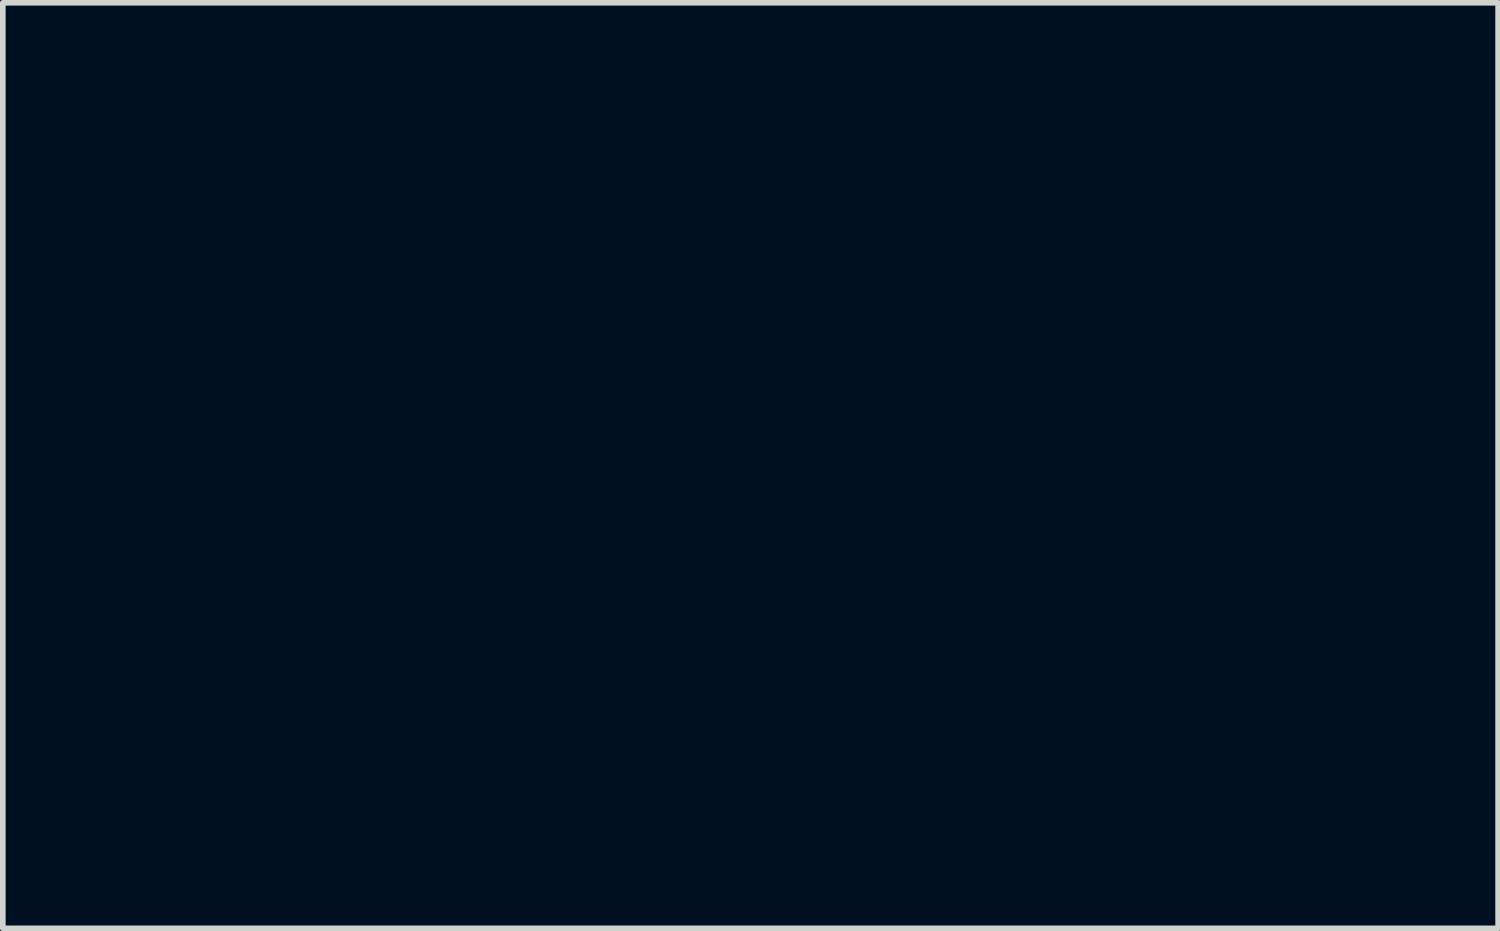
<source format=kicad_pcb>
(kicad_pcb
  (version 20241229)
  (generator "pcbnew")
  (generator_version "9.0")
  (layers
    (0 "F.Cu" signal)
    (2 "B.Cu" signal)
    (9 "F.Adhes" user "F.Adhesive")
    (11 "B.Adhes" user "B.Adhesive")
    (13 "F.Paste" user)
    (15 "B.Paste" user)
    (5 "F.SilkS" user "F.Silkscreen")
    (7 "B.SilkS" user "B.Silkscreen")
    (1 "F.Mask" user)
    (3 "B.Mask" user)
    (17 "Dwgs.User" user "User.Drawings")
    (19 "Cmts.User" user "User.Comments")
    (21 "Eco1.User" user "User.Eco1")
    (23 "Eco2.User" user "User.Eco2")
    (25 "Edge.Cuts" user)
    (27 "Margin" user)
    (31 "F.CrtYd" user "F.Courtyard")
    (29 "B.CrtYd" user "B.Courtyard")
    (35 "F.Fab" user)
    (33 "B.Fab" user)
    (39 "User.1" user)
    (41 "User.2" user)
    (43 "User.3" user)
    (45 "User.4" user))
  (footprint "skin_popn_button"
    (layer "F.Cu")
    (at 10.131 6.572)
    (property "Reference" "skin_popn_button" (at 0 -5.08 0) (layer "F.Mask") (effects (font (size 1.524 1.524) (thickness 0.3))))
    (attr through_hole)
    (fp_poly (pts (xy -7.259 -5.896) (xy -6.881 -5.678) (xy -6.797 -5.63) (xy -6.72 -5.585) (xy -6.65 -5.546) (xy -6.591 -5.512) (xy -6.543 -5.486) (xy -6.51 -5.468) (xy -6.493 -5.46) (xy -6.492 -5.459) (xy -6.48 -5.465) (xy -6.451 -5.48) (xy -6.408 -5.504) (xy -6.351 -5.536) (xy -6.284 -5.574) (xy -6.209 -5.617) (xy -6.127 -5.664) (xy -6.102 -5.678) (xy -5.724 -5.897) (xy -5.724 -6.567) (xy -5.437 -6.567) (xy -5.437 -5.898) (xy -5.065 -5.683) (xy -4.982 -5.635) (xy -4.905 -5.591) (xy -4.836 -5.551) (xy -4.777 -5.516) (xy -4.73 -5.489) (xy -4.698 -5.47) (xy -4.681 -5.461) (xy -4.68 -5.46) (xy -4.668 -5.464) (xy -4.639 -5.478) (xy -4.594 -5.501) (xy -4.536 -5.532) (xy -4.466 -5.57) (xy -4.387 -5.615) (xy -4.301 -5.665) (xy -4.287 -5.672) (xy -3.907 -5.892) (xy -3.905 -6.229) (xy -3.902 -6.567) (xy -3.877 -6.567) (xy -3.858 -6.56) (xy -3.828 -6.537) (xy -3.785 -6.498) (xy -3.728 -6.443) (xy -3.604 -6.319) (xy -3.601 -6.105) (xy -3.598 -5.891) (xy -3.219 -5.672) (xy -2.84 -5.454) (xy -2.808 -5.472) (xy -2.776 -5.49) (xy -2.686 -5.401) (xy -2.596 -5.311) (xy -2.645 -5.285) (xy -2.693 -5.258) (xy -2.696 -4.819) (xy -2.698 -4.381) (xy -2.657 -4.354) (xy -2.629 -4.337) (xy -2.587 -4.312) (xy -2.534 -4.281) (xy -2.472 -4.245) (xy -2.403 -4.205) (xy -2.331 -4.164) (xy -2.258 -4.122) (xy -2.186 -4.081) (xy -2.117 -4.043) (xy -2.056 -4.008) (xy -2.004 -3.979) (xy -1.963 -3.957) (xy -1.936 -3.943) (xy -1.927 -3.939) (xy -1.914 -3.944) (xy -1.885 -3.959) (xy -1.843 -3.982) (xy -1.79 -4.011) (xy -1.73 -4.046) (xy -1.696 -4.065) (xy -1.478 -4.192) (xy -1.392 -4.107) (xy -1.358 -4.072) (xy -1.33 -4.043) (xy -1.312 -4.023) (xy -1.307 -4.016) (xy -1.316 -4.009) (xy -1.342 -3.992) (xy -1.381 -3.968) (xy -1.433 -3.937) (xy -1.493 -3.902) (xy -1.544 -3.872) (xy -1.782 -3.735) (xy -1.782 -2.857) (xy -1.74 -2.831) (xy -1.718 -2.817) (xy -1.68 -2.795) (xy -1.631 -2.766) (xy -1.571 -2.731) (xy -1.505 -2.693) (xy -1.434 -2.652) (xy -1.361 -2.61) (xy -1.289 -2.569) (xy -1.221 -2.529) (xy -1.159 -2.494) (xy -1.105 -2.464) (xy -1.063 -2.44) (xy -1.036 -2.424) (xy -1.025 -2.419) (xy -1.012 -2.422) (xy -0.982 -2.436) (xy -0.938 -2.459) (xy -0.882 -2.489) (xy -0.815 -2.526) (xy -0.741 -2.568) (xy -0.669 -2.609) (xy -0.568 -2.667) (xy -0.485 -2.715) (xy -0.417 -2.754) (xy -0.364 -2.786) (xy -0.322 -2.811) (xy -0.292 -2.83) (xy -0.271 -2.845) (xy -0.257 -2.858) (xy -0.249 -2.868) (xy -0.246 -2.877) (xy -0.245 -2.887) (xy -0.245 -2.898) (xy -0.244 -2.906) (xy -0.241 -2.956) (xy 0.013 -2.701) (xy 0.072 -2.64) (xy 0.125 -2.586) (xy 0.168 -2.54) (xy 0.201 -2.504) (xy 0.223 -2.479) (xy 0.231 -2.467) (xy 0.228 -2.467) (xy 0.204 -2.481) (xy 0.165 -2.503) (xy 0.118 -2.53) (xy 0.068 -2.559) (xy 0.02 -2.586) (xy -0.023 -2.611) (xy -0.057 -2.631) (xy -0.076 -2.642) (xy -0.076 -2.643) (xy -0.083 -2.646) (xy -0.093 -2.646) (xy -0.107 -2.642) (xy -0.128 -2.633) (xy -0.158 -2.619) (xy -0.197 -2.598) (xy -0.248 -2.57) (xy -0.313 -2.533) (xy -0.394 -2.487) (xy -0.479 -2.438) (xy -0.859 -2.219) (xy -0.862 -1.773) (xy -0.864 -1.327) (xy -0.483 -1.108) (xy -0.101 -0.889) (xy 0.11 -1.011) (xy 0.187 -1.054) (xy 0.27 -1.103) (xy 0.354 -1.151) (xy 0.431 -1.196) (xy 0.493 -1.231) (xy 0.665 -1.33) (xy 0.67 -1.685) (xy 0.676 -2.04) (xy 0.816 -1.899) (xy 0.957 -1.758) (xy 0.96 -1.543) (xy 0.963 -1.328) (xy 1.725 -0.888) (xy 1.79 -0.925) (xy 1.879 -0.835) (xy 1.913 -0.799) (xy 1.939 -0.769) (xy 1.954 -0.749) (xy 1.957 -0.74) (xy 1.941 -0.732) (xy 1.915 -0.717) (xy 1.91 -0.714) (xy 1.874 -0.692) (xy 1.876 -0.248) (xy 1.879 0.196) (xy 2.638 0.634) (xy 3.023 0.411) (xy 3.409 0.188) (xy 3.409 0.048) (xy 3.695 0.048) (xy 3.698 0.121) (xy 3.702 0.193) (xy 4.082 0.413) (xy 4.462 0.633) (xy 4.529 0.595) (xy 4.555 0.581) (xy 4.597 0.556) (xy 4.653 0.525) (xy 4.719 0.487) (xy 4.792 0.444) (xy 4.87 0.399) (xy 4.911 0.376) (xy 5.226 0.194) (xy 5.229 0.121) (xy 5.232 0.048) (xy 5.529 0.048) (xy 5.53 0.122) (xy 5.53 0.197) (xy 5.91 0.415) (xy 6.291 0.633) (xy 7.048 0.196) (xy 7.054 0.048) (xy 7.35 0.048) (xy 7.354 0.121) (xy 7.357 0.195) (xy 7.736 0.414) (xy 8.116 0.634) (xy 8.501 0.411) (xy 8.886 0.189) (xy 8.886 0.048) (xy 9.174 0.048) (xy 9.174 0.189) (xy 9.552 0.408) (xy 9.635 0.456) (xy 9.713 0.5) (xy 9.782 0.54) (xy 9.841 0.574) (xy 9.888 0.601) (xy 9.921 0.62) (xy 9.937 0.629) (xy 9.938 0.63) (xy 9.952 0.628) (xy 9.971 0.618) (xy 9.988 0.608) (xy 10.021 0.588) (xy 10.066 0.562) (xy 10.121 0.53) (xy 10.182 0.495) (xy 10.198 0.486) (xy 10.4 0.369) (xy 10.394 0.421) (xy 10.391 0.457) (xy 10.387 0.506) (xy 10.383 0.558) (xy 10.382 0.569) (xy 10.375 0.665) (xy 10.233 0.746) (xy 10.091 0.827) (xy 10.09 1.27) (xy 10.09 1.714) (xy 10.195 1.773) (xy 10.299 1.831) (xy 10.292 1.947) (xy 10.289 1.997) (xy 10.285 2.04) (xy 10.281 2.071) (xy 10.279 2.082) (xy 10.274 2.087) (xy 10.262 2.086) (xy 10.24 2.077) (xy 10.208 2.061) (xy 10.16 2.035) (xy 10.112 2.007) (xy 10.059 1.976) (xy 10.011 1.95) (xy 9.974 1.93) (xy 9.95 1.917) (xy 9.942 1.914) (xy 9.931 1.92) (xy 9.904 1.935) (xy 9.862 1.958) (xy 9.809 1.987) (xy 9.747 2.022) (xy 9.679 2.061) (xy 9.607 2.102) (xy 9.534 2.144) (xy 9.462 2.186) (xy 9.394 2.225) (xy 9.332 2.261) (xy 9.28 2.291) (xy 9.239 2.316) (xy 9.215 2.33) (xy 9.174 2.356) (xy 9.174 2.795) (xy 9.174 3.234) (xy 9.364 3.344) (xy 9.44 3.387) (xy 9.527 3.438) (xy 9.617 3.49) (xy 9.702 3.538) (xy 9.748 3.565) (xy 9.942 3.677) (xy 10.062 3.608) (xy 10.108 3.582) (xy 10.146 3.56) (xy 10.172 3.546) (xy 10.184 3.541) (xy 10.184 3.541) (xy 10.186 3.555) (xy 10.184 3.586) (xy 10.181 3.628) (xy 10.177 3.677) (xy 10.171 3.727) (xy 10.166 3.773) (xy 10.16 3.81) (xy 10.155 3.833) (xy 10.153 3.838) (xy 10.138 3.841) (xy 10.105 3.843) (xy 10.057 3.845) (xy 9.999 3.846) (xy 9.945 3.847) (xy 9.75 3.847) (xy 9.394 3.642) (xy 9.31 3.593) (xy 9.233 3.55) (xy 9.165 3.512) (xy 9.107 3.481) (xy 9.062 3.458) (xy 9.033 3.445) (xy 9.021 3.441) (xy 9.007 3.448) (xy 8.977 3.464) (xy 8.932 3.489) (xy 8.875 3.521) (xy 8.808 3.559) (xy 8.733 3.602) (xy 8.656 3.646) (xy 8.309 3.847) (xy 7.924 3.847) (xy 7.569 3.642) (xy 7.489 3.595) (xy 7.414 3.552) (xy 7.348 3.514) (xy 7.292 3.482) (xy 7.248 3.458) (xy 7.22 3.441) (xy 7.208 3.435) (xy 7.208 3.435) (xy 7.197 3.44) (xy 7.169 3.454) (xy 7.127 3.478) (xy 7.071 3.509) (xy 7.005 3.546) (xy 6.931 3.588) (xy 6.851 3.634) (xy 6.841 3.64) (xy 6.482 3.847) (xy 6.098 3.847) (xy 5.737 3.639) (xy 5.377 3.431) (xy 4.657 3.847) (xy 4.272 3.847) (xy 3.916 3.641) (xy 3.823 3.587) (xy 3.747 3.544) (xy 3.686 3.51) (xy 3.639 3.484) (xy 3.603 3.466) (xy 3.576 3.454) (xy 3.557 3.447) (xy 3.544 3.444) (xy 3.534 3.445) (xy 3.531 3.446) (xy 3.515 3.454) (xy 3.482 3.472) (xy 3.435 3.498) (xy 3.377 3.531) (xy 3.308 3.57) (xy 3.233 3.614) (xy 3.166 3.652) (xy 2.83 3.847) (xy 2.636 3.847) (xy 2.443 3.846) (xy 2.089 3.641) (xy 2.009 3.594) (xy 1.934 3.551) (xy 1.867 3.513) (xy 1.811 3.482) (xy 1.767 3.457) (xy 1.738 3.441) (xy 1.725 3.436) (xy 1.725 3.435) (xy 1.713 3.441) (xy 1.684 3.456) (xy 1.641 3.48) (xy 1.586 3.511) (xy 1.521 3.548) (xy 1.449 3.59) (xy 1.399 3.619) (xy 1.084 3.802) (xy 0.999 3.717) (xy 0.964 3.682) (xy 0.936 3.653) (xy 0.918 3.633) (xy 0.913 3.625) (xy 0.922 3.618) (xy 0.948 3.602) (xy 0.989 3.577) (xy 1.043 3.545) (xy 1.107 3.507) (xy 1.18 3.465) (xy 1.244 3.427) (xy 1.576 3.236) (xy 1.576 2.35) (xy 1.874 2.35) (xy 1.874 3.236) (xy 2.247 3.452) (xy 2.329 3.5) (xy 2.407 3.544) (xy 2.476 3.584) (xy 2.536 3.617) (xy 2.583 3.643) (xy 2.617 3.661) (xy 2.633 3.669) (xy 2.635 3.669) (xy 2.648 3.664) (xy 2.677 3.649) (xy 2.721 3.626) (xy 2.778 3.595) (xy 2.844 3.558) (xy 2.918 3.516) (xy 2.988 3.476) (xy 3.069 3.429) (xy 3.145 3.385) (xy 3.214 3.345) (xy 3.273 3.311) (xy 3.321 3.283) (xy 3.353 3.263) (xy 3.368 3.255) (xy 3.409 3.228) (xy 3.406 2.789) (xy 3.403 2.356) (xy 3.696 2.356) (xy 3.696 2.795) (xy 3.696 3.234) (xy 4.08 3.456) (xy 4.464 3.678) (xy 4.508 3.652) (xy 4.528 3.641) (xy 4.564 3.62) (xy 4.614 3.59) (xy 4.676 3.555) (xy 4.747 3.514) (xy 4.825 3.469) (xy 4.891 3.43) (xy 5.231 3.235) (xy 5.231 2.358) (xy 5.217 2.348) (xy 5.529 2.348) (xy 5.529 3.237) (xy 5.902 3.453) (xy 5.985 3.501) (xy 6.062 3.545) (xy 6.131 3.585) (xy 6.191 3.618) (xy 6.238 3.644) (xy 6.271 3.662) (xy 6.287 3.67) (xy 6.289 3.67) (xy 6.301 3.665) (xy 6.33 3.649) (xy 6.374 3.625) (xy 6.431 3.594) (xy 6.498 3.556) (xy 6.574 3.513) (xy 6.656 3.466) (xy 6.678 3.453) (xy 7.053 3.236) (xy 7.053 2.35) (xy 7.351 2.35) (xy 7.351 3.236) (xy 7.724 3.452) (xy 7.807 3.5) (xy 7.884 3.544) (xy 7.954 3.584) (xy 8.014 3.617) (xy 8.061 3.643) (xy 8.094 3.661) (xy 8.111 3.669) (xy 8.112 3.669) (xy 8.125 3.664) (xy 8.155 3.649) (xy 8.199 3.625) (xy 8.256 3.594) (xy 8.323 3.557) (xy 8.398 3.515) (xy 8.477 3.47) (xy 8.558 3.423) (xy 8.634 3.379) (xy 8.703 3.339) (xy 8.762 3.304) (xy 8.809 3.277) (xy 8.841 3.257) (xy 8.856 3.248) (xy 8.887 3.227) (xy 8.884 2.789) (xy 8.881 2.351) (xy 8.505 2.133) (xy 8.419 2.083) (xy 8.34 2.038) (xy 8.269 1.999) (xy 8.209 1.966) (xy 8.161 1.941) (xy 8.128 1.925) (xy 8.112 1.919) (xy 8.111 1.919) (xy 8.097 1.925) (xy 8.067 1.942) (xy 8.021 1.966) (xy 7.964 1.999) (xy 7.896 2.037) (xy 7.819 2.08) (xy 7.737 2.127) (xy 7.721 2.137) (xy 7.351 2.35) (xy 7.053 2.35) (xy 7.053 2.349) (xy 6.681 2.134) (xy 6.599 2.087) (xy 6.522 2.043) (xy 6.452 2.003) (xy 6.393 1.97) (xy 6.346 1.943) (xy 6.313 1.925) (xy 6.297 1.917) (xy 6.296 1.916) (xy 6.284 1.921) (xy 6.255 1.936) (xy 6.211 1.959) (xy 6.154 1.99) (xy 6.087 2.028) (xy 6.011 2.07) (xy 5.929 2.117) (xy 5.906 2.131) (xy 5.529 2.348) (xy 5.217 2.348) (xy 5.201 2.336) (xy 5.184 2.326) (xy 5.151 2.306) (xy 5.105 2.279) (xy 5.048 2.246) (xy 4.983 2.208) (xy 4.913 2.168) (xy 4.84 2.125) (xy 4.767 2.083) (xy 4.697 2.043) (xy 4.632 2.006) (xy 4.574 1.973) (xy 4.528 1.947) (xy 4.494 1.928) (xy 4.477 1.919) (xy 4.475 1.918) (xy 4.463 1.923) (xy 4.434 1.936) (xy 4.391 1.958) (xy 4.337 1.987) (xy 4.273 2.022) (xy 4.203 2.06) (xy 4.13 2.101) (xy 4.054 2.144) (xy 3.98 2.186) (xy 3.91 2.226) (xy 3.846 2.264) (xy 3.79 2.297) (xy 3.745 2.325) (xy 3.737 2.33) (xy 3.696 2.356) (xy 3.403 2.356) (xy 3.403 2.351) (xy 3.028 2.133) (xy 2.945 2.085) (xy 2.867 2.041) (xy 2.797 2.001) (xy 2.737 1.968) (xy 2.689 1.942) (xy 2.655 1.925) (xy 2.637 1.918) (xy 2.635 1.917) (xy 2.622 1.923) (xy 2.592 1.939) (xy 2.548 1.964) (xy 2.49 1.996) (xy 2.423 2.034) (xy 2.347 2.077) (xy 2.265 2.124) (xy 2.246 2.135) (xy 1.874 2.35) (xy 1.576 2.35) (xy 1.576 2.35) (xy 1.203 2.135) (xy 1.12 2.087) (xy 1.043 2.043) (xy 0.973 2.003) (xy 0.913 1.97) (xy 0.866 1.944) (xy 0.832 1.926) (xy 0.815 1.918) (xy 0.814 1.917) (xy 0.801 1.922) (xy 0.771 1.937) (xy 0.727 1.961) (xy 0.669 1.992) (xy 0.602 2.03) (xy 0.526 2.073) (xy 0.444 2.12) (xy 0.422 2.133) (xy 0.046 2.351) (xy 0.04 2.747) (xy -0.103 2.604) (xy -0.154 2.554) (xy -0.191 2.516) (xy -0.216 2.488) (xy -0.233 2.467) (xy -0.242 2.45) (xy -0.246 2.435) (xy -0.246 2.417) (xy -0.247 2.409) (xy -0.247 2.388) (xy -0.25 2.37) (xy -0.258 2.355) (xy -0.274 2.339) (xy -0.301 2.321) (xy -0.342 2.296) (xy -0.398 2.264) (xy -0.409 2.258) (xy -0.435 2.243) (xy -0.459 2.228) (xy -0.483 2.211) (xy -0.509 2.19) (xy -0.538 2.165) (xy -0.573 2.133) (xy -0.615 2.092) (xy -0.666 2.041) (xy -0.728 1.978) (xy -0.803 1.902) (xy -0.837 1.867) (xy -1.163 1.533) (xy -1.163 1.18) (xy -1.164 0.827) (xy -0.865 0.827) (xy -0.862 1.272) (xy -0.859 1.717) (xy -0.48 1.936) (xy -0.101 2.155) (xy 0.138 2.017) (xy 0.215 1.973) (xy 0.295 1.927) (xy 0.373 1.881) (xy 0.445 1.84) (xy 0.504 1.806) (xy 0.524 1.795) (xy 0.668 1.712) (xy 0.957 1.712) (xy 1.341 1.934) (xy 1.725 2.156) (xy 1.763 2.133) (xy 1.782 2.122) (xy 1.817 2.102) (xy 1.866 2.074) (xy 1.927 2.038) (xy 1.998 1.998) (xy 2.075 1.953) (xy 2.147 1.912) (xy 2.493 1.713) (xy 2.492 1.71) (xy 2.779 1.71) (xy 3.547 2.154) (xy 3.613 2.118) (xy 3.639 2.103) (xy 3.681 2.08) (xy 3.737 2.048) (xy 3.802 2.01) (xy 3.876 1.968) (xy 3.954 1.923) (xy 3.994 1.9) (xy 4.309 1.718) (xy 4.309 1.714) (xy 4.613 1.714) (xy 4.996 1.935) (xy 5.082 1.985) (xy 5.162 2.03) (xy 5.233 2.069) (xy 5.293 2.102) (xy 5.341 2.127) (xy 5.374 2.142) (xy 5.39 2.149) (xy 5.391 2.148) (xy 5.403 2.141) (xy 5.433 2.124) (xy 5.476 2.099) (xy 5.533 2.066) (xy 5.6 2.027) (xy 5.676 1.984) (xy 5.758 1.936) (xy 5.776 1.926) (xy 6.145 1.712) (xy 6.435 1.712) (xy 6.818 1.934) (xy 7.202 2.155) (xy 7.235 2.136) (xy 7.252 2.127) (xy 7.286 2.107) (xy 7.334 2.079) (xy 7.394 2.045) (xy 7.464 2.005) (xy 7.541 1.96) (xy 7.619 1.915) (xy 7.97 1.713) (xy 7.967 1.27) (xy 7.964 0.827) (xy 7.964 0.827) (xy 8.268 0.827) (xy 8.274 1.719) (xy 9.024 2.154) (xy 9.091 2.118) (xy 9.117 2.104) (xy 9.159 2.08) (xy 9.214 2.048) (xy 9.28 2.01) (xy 9.353 1.968) (xy 9.431 1.923) (xy 9.472 1.9) (xy 9.786 1.718) (xy 9.789 1.272) (xy 9.792 0.827) (xy 9.411 0.607) (xy 9.029 0.388) (xy 8.789 0.526) (xy 8.713 0.57) (xy 8.634 0.615) (xy 8.557 0.66) (xy 8.487 0.7) (xy 8.429 0.734) (xy 8.409 0.745) (xy 8.268 0.827) (xy 7.964 0.827) (xy 7.589 0.609) (xy 7.506 0.561) (xy 7.428 0.517) (xy 7.358 0.478) (xy 7.298 0.445) (xy 7.25 0.419) (xy 7.216 0.402) (xy 7.198 0.395) (xy 7.197 0.395) (xy 7.184 0.401) (xy 7.154 0.417) (xy 7.109 0.442) (xy 7.052 0.474) (xy 6.985 0.513) (xy 6.909 0.556) (xy 6.827 0.604) (xy 6.81 0.613) (xy 6.44 0.828) (xy 6.437 1.27) (xy 6.435 1.712) (xy 6.145 1.712) (xy 6.148 1.71) (xy 6.145 1.27) (xy 6.142 0.829) (xy 5.8 0.631) (xy 5.719 0.584) (xy 5.643 0.54) (xy 5.573 0.5) (xy 5.513 0.466) (xy 5.466 0.438) (xy 5.432 0.419) (xy 5.417 0.41) (xy 5.377 0.387) (xy 4.613 0.827) (xy 4.613 1.27) (xy 4.613 1.714) (xy 4.309 1.714) (xy 4.314 0.827) (xy 3.933 0.607) (xy 3.551 0.388) (xy 3.295 0.535) (xy 3.218 0.579) (xy 3.14 0.624) (xy 3.065 0.668) (xy 2.997 0.707) (xy 2.941 0.739) (xy 2.912 0.756) (xy 2.785 0.83) (xy 2.782 1.27) (xy 2.779 1.71) (xy 2.492 1.71) (xy 2.49 1.27) (xy 2.487 0.827) (xy 2.111 0.609) (xy 2.028 0.561) (xy 1.951 0.517) (xy 1.882 0.477) (xy 1.822 0.444) (xy 1.775 0.418) (xy 1.743 0.4) (xy 1.726 0.392) (xy 1.725 0.391) (xy 1.713 0.397) (xy 1.684 0.412) (xy 1.641 0.436) (xy 1.585 0.468) (xy 1.518 0.506) (xy 1.443 0.549) (xy 1.361 0.596) (xy 1.338 0.61) (xy 0.963 0.828) (xy 0.96 1.27) (xy 0.957 1.712) (xy 0.668 1.712) (xy 0.67 1.711) (xy 0.667 1.27) (xy 0.665 0.83) (xy 0.285 0.61) (xy 0.201 0.562) (xy 0.124 0.517) (xy 0.055 0.478) (xy -0.004 0.444) (xy -0.051 0.418) (xy -0.083 0.399) (xy -0.099 0.391) (xy -0.101 0.39) (xy -0.111 0.396) (xy -0.139 0.411) (xy -0.181 0.435) (xy -0.237 0.466) (xy -0.303 0.504) (xy -0.378 0.547) (xy -0.46 0.594) (xy -0.486 0.608) (xy -0.865 0.827) (xy -1.164 0.827) (xy -1.543 0.608) (xy -1.626 0.561) (xy -1.704 0.516) (xy -1.773 0.477) (xy -1.832 0.443) (xy -1.878 0.417) (xy -1.91 0.399) (xy -1.926 0.391) (xy -1.928 0.39) (xy -1.939 0.395) (xy -1.965 0.41) (xy -2.002 0.431) (xy -2.047 0.456) (xy -2.047 0.457) (xy -2.162 0.523) (xy -2.248 0.437) (xy -2.283 0.403) (xy -2.311 0.373) (xy -2.329 0.353) (xy -2.334 0.346) (xy -2.325 0.339) (xy -2.3 0.323) (xy -2.263 0.301) (xy -2.217 0.274) (xy -2.201 0.265) (xy -2.069 0.189) (xy -2.069 -0.689) (xy -2.078 -0.694) (xy -1.776 -0.694) (xy -1.776 0.194) (xy -1.396 0.413) (xy -1.015 0.633) (xy -0.948 0.595) (xy -0.922 0.58) (xy -0.88 0.556) (xy -0.825 0.524) (xy -0.759 0.486) (xy -0.685 0.444) (xy -0.607 0.399) (xy -0.567 0.375) (xy -0.252 0.193) (xy -0.252 -0.69) (xy 0.041 -0.69) (xy 0.041 0.189) (xy 0.424 0.411) (xy 0.508 0.459) (xy 0.587 0.503) (xy 0.657 0.543) (xy 0.717 0.576) (xy 0.765 0.602) (xy 0.799 0.62) (xy 0.817 0.628) (xy 0.819 0.628) (xy 0.831 0.622) (xy 0.86 0.606) (xy 0.903 0.581) (xy 0.959 0.549) (xy 1.026 0.511) (xy 1.101 0.467) (xy 1.183 0.42) (xy 1.2 0.41) (xy 1.57 0.196) (xy 1.57 -0.696) (xy 1.191 -0.916) (xy 0.812 -1.135) (xy 0.041 -0.69) (xy -0.252 -0.69) (xy -0.252 -0.694) (xy -0.379 -0.768) (xy -0.425 -0.795) (xy -0.486 -0.83) (xy -0.557 -0.87) (xy -0.633 -0.915) (xy -0.711 -0.96) (xy -0.761 -0.988) (xy -1.015 -1.134) (xy -1.396 -0.914) (xy -1.776 -0.694) (xy -2.078 -0.694) (xy -2.84 -1.135) (xy -3.147 -0.957) (xy -3.454 -0.78) (xy -3.543 -0.87) (xy -3.577 -0.906) (xy -3.603 -0.935) (xy -3.618 -0.956) (xy -3.62 -0.964) (xy -3.608 -0.971) (xy -3.58 -0.987) (xy -3.537 -1.012) (xy -3.482 -1.044) (xy -3.417 -1.081) (xy -3.345 -1.123) (xy -3.3 -1.149) (xy -2.991 -1.328) (xy -2.988 -1.771) (xy -2.985 -2.211) (xy -2.698 -2.211) (xy -2.693 -1.33) (xy -2.312 -1.11) (xy -2.229 -1.062) (xy -2.151 -1.018) (xy -2.082 -0.978) (xy -2.023 -0.945) (xy -1.977 -0.918) (xy -1.944 -0.9) (xy -1.928 -0.891) (xy -1.927 -0.891) (xy -1.917 -0.896) (xy -1.89 -0.911) (xy -1.847 -0.935) (xy -1.792 -0.966) (xy -1.726 -1.004) (xy -1.651 -1.047) (xy -1.57 -1.094) (xy -1.543 -1.109) (xy -1.164 -1.327) (xy -1.166 -1.773) (xy -1.169 -2.218) (xy -1.548 -2.437) (xy -1.928 -2.657) (xy -1.979 -2.627) (xy -2.001 -2.614) (xy -2.039 -2.592) (xy -2.091 -2.562) (xy -2.155 -2.525) (xy -2.227 -2.484) (xy -2.304 -2.439) (xy -2.365 -2.404) (xy -2.698 -2.211) (xy -2.985 -2.211) (xy -2.985 -2.213) (xy -3.363 -2.431) (xy -3.447 -2.48) (xy -3.524 -2.524) (xy -3.594 -2.564) (xy -3.654 -2.597) (xy -3.701 -2.623) (xy -3.734 -2.641) (xy -3.751 -2.65) (xy -3.753 -2.65) (xy -3.765 -2.645) (xy -3.793 -2.63) (xy -3.837 -2.606) (xy -3.893 -2.574) (xy -3.96 -2.536) (xy -4.036 -2.493) (xy -4.118 -2.446) (xy -4.142 -2.432) (xy -4.52 -2.214) (xy -4.52 -1.848) (xy -4.667 -2) (xy -4.724 -2.061) (xy -4.767 -2.109) (xy -4.796 -2.145) (xy -4.813 -2.171) (xy -4.819 -2.187) (xy -4.825 -2.207) (xy -4.84 -2.225) (xy -4.869 -2.246) (xy -4.894 -2.261) (xy -4.916 -2.275) (xy -4.943 -2.296) (xy -4.977 -2.325) (xy -5.018 -2.362) (xy -5.07 -2.411) (xy -5.132 -2.471) (xy -5.206 -2.544) (xy -5.294 -2.631) (xy -5.345 -2.681) (xy -5.724 -3.061) (xy -5.724 -3.509) (xy -5.435 -3.509) (xy -5.435 -3.417) (xy -5.434 -3.304) (xy -5.434 -3.289) (xy -5.431 -2.852) (xy -5.056 -2.634) (xy -4.972 -2.586) (xy -4.894 -2.541) (xy -4.824 -2.502) (xy -4.764 -2.469) (xy -4.715 -2.444) (xy -4.681 -2.427) (xy -4.663 -2.42) (xy -4.661 -2.42) (xy -4.648 -2.426) (xy -4.617 -2.442) (xy -4.572 -2.467) (xy -4.514 -2.499) (xy -4.446 -2.537) (xy -4.37 -2.581) (xy -4.288 -2.628) (xy -4.272 -2.637) (xy -3.902 -2.851) (xy -3.902 -3.294) (xy -3.902 -3.737) (xy -3.904 -3.738) (xy -3.604 -3.738) (xy -3.604 -2.85) (xy -3.226 -2.633) (xy -3.143 -2.585) (xy -3.065 -2.54) (xy -2.996 -2.501) (xy -2.937 -2.468) (xy -2.89 -2.441) (xy -2.857 -2.424) (xy -2.841 -2.415) (xy -2.84 -2.415) (xy -2.829 -2.42) (xy -2.801 -2.435) (xy -2.758 -2.459) (xy -2.702 -2.491) (xy -2.636 -2.529) (xy -2.561 -2.572) (xy -2.479 -2.619) (xy -2.453 -2.633) (xy -2.074 -2.852) (xy -2.071 -3.29) (xy -2.068 -3.728) (xy -2.11 -3.755) (xy -2.138 -3.772) (xy -2.18 -3.797) (xy -2.233 -3.829) (xy -2.295 -3.865) (xy -2.364 -3.904) (xy -2.436 -3.946) (xy -2.509 -3.988) (xy -2.581 -4.028) (xy -2.65 -4.067) (xy -2.711 -4.101) (xy -2.763 -4.13) (xy -2.804 -4.153) (xy -2.831 -4.166) (xy -2.84 -4.171) (xy -2.852 -4.165) (xy -2.881 -4.15) (xy -2.925 -4.126) (xy -2.982 -4.095) (xy -3.049 -4.057) (xy -3.125 -4.014) (xy -3.206 -3.967) (xy -3.228 -3.954) (xy -3.604 -3.738) (xy -3.904 -3.738) (xy -4.284 -3.957) (xy -4.666 -4.178) (xy -5.038 -3.964) (xy -5.121 -3.916) (xy -5.198 -3.871) (xy -5.267 -3.83) (xy -5.326 -3.796) (xy -5.373 -3.768) (xy -5.406 -3.748) (xy -5.422 -3.738) (xy -5.423 -3.737) (xy -5.427 -3.73) (xy -5.43 -3.712) (xy -5.432 -3.683) (xy -5.434 -3.641) (xy -5.435 -3.583) (xy -5.435 -3.509) (xy -5.724 -3.509) (xy -5.724 -3.735) (xy -5.87 -3.819) (xy -5.924 -3.85) (xy -5.991 -3.889) (xy -6.068 -3.933) (xy -6.147 -3.979) (xy -6.226 -4.024) (xy -6.255 -4.041) (xy -6.494 -4.179) (xy -6.592 -4.12) (xy -6.634 -4.095) (xy -6.669 -4.076) (xy -6.694 -4.064) (xy -6.702 -4.061) (xy -6.714 -4.068) (xy -6.737 -4.088) (xy -6.769 -4.117) (xy -6.799 -4.146) (xy -6.884 -4.233) (xy -6.763 -4.302) (xy -6.641 -4.372) (xy -6.641 -5.259) (xy -6.642 -5.259) (xy -6.343 -5.259) (xy -6.343 -4.372) (xy -5.97 -4.156) (xy -5.887 -4.108) (xy -5.809 -4.064) (xy -5.74 -4.025) (xy -5.68 -3.991) (xy -5.632 -3.965) (xy -5.599 -3.948) (xy -5.582 -3.94) (xy -5.581 -3.94) (xy -5.568 -3.945) (xy -5.538 -3.96) (xy -5.493 -3.984) (xy -5.436 -4.016) (xy -5.368 -4.054) (xy -5.293 -4.097) (xy -5.211 -4.144) (xy -5.194 -4.154) (xy -4.824 -4.368) (xy -4.821 -4.814) (xy -4.818 -5.253) (xy -4.52 -5.253) (xy -4.52 -4.375) (xy -4.137 -4.153) (xy -3.753 -3.931) (xy -3.516 -4.069) (xy -3.439 -4.113) (xy -3.359 -4.159) (xy -3.281 -4.204) (xy -3.21 -4.245) (xy -3.15 -4.28) (xy -3.132 -4.29) (xy -2.985 -4.374) (xy -2.985 -5.253) (xy -3.027 -5.279) (xy -3.075 -5.308) (xy -3.134 -5.344) (xy -3.201 -5.383) (xy -3.274 -5.425) (xy -3.349 -5.468) (xy -3.426 -5.511) (xy -3.5 -5.552) (xy -3.569 -5.591) (xy -3.632 -5.625) (xy -3.686 -5.653) (xy -3.727 -5.675) (xy -3.754 -5.687) (xy -3.764 -5.691) (xy -3.778 -5.684) (xy -3.808 -5.667) (xy -3.851 -5.642) (xy -3.906 -5.611) (xy -3.969 -5.575) (xy -4.038 -5.536) (xy -4.111 -5.494) (xy -4.183 -5.452) (xy -4.254 -5.412) (xy -4.319 -5.374) (xy -4.377 -5.34) (xy -4.425 -5.312) (xy -4.46 -5.291) (xy -4.479 -5.279) (xy -4.52 -5.253) (xy -4.818 -5.253) (xy -4.818 -5.261) (xy -5.196 -5.478) (xy -5.279 -5.526) (xy -5.357 -5.57) (xy -5.426 -5.609) (xy -5.486 -5.642) (xy -5.534 -5.667) (xy -5.567 -5.685) (xy -5.584 -5.692) (xy -5.586 -5.692) (xy -5.598 -5.686) (xy -5.627 -5.67) (xy -5.671 -5.646) (xy -5.727 -5.614) (xy -5.794 -5.576) (xy -5.87 -5.532) (xy -5.951 -5.485) (xy -5.97 -5.474) (xy -6.343 -5.259) (xy -6.642 -5.259) (xy -7.008 -5.471) (xy -7.091 -5.518) (xy -7.168 -5.562) (xy -7.237 -5.602) (xy -7.296 -5.636) (xy -7.344 -5.662) (xy -7.377 -5.68) (xy -7.393 -5.689) (xy -7.394 -5.689) (xy -7.41 -5.686) (xy -7.444 -5.671) (xy -7.497 -5.644) (xy -7.567 -5.606) (xy -7.655 -5.556) (xy -7.7 -5.53) (xy -7.772 -5.488) (xy -7.838 -5.45) (xy -7.896 -5.417) (xy -7.943 -5.391) (xy -7.976 -5.373) (xy -7.994 -5.364) (xy -7.996 -5.363) (xy -8.007 -5.371) (xy -8.03 -5.391) (xy -8.061 -5.42) (xy -8.091 -5.449) (xy -8.176 -5.536) (xy -7.563 -5.889) (xy -7.56 -6.228) (xy -7.557 -6.567) (xy -7.259 -6.567) (xy -7.259 -5.896)) (stroke (width 0.01) (type solid)) (fill yes) (layer "F.Mask"))
    (fp_poly (pts (xy -7.259 -5.896) (xy -6.881 -5.678) (xy -6.797 -5.63) (xy -6.72 -5.585) (xy -6.65 -5.546) (xy -6.591 -5.512) (xy -6.543 -5.486) (xy -6.51 -5.468) (xy -6.493 -5.46) (xy -6.492 -5.459) (xy -6.48 -5.465) (xy -6.451 -5.48) (xy -6.408 -5.504) (xy -6.351 -5.536) (xy -6.284 -5.574) (xy -6.209 -5.617) (xy -6.127 -5.664) (xy -6.102 -5.678) (xy -5.724 -5.897) (xy -5.724 -6.567) (xy -5.437 -6.567) (xy -5.437 -5.898) (xy -5.065 -5.683) (xy -4.982 -5.635) (xy -4.905 -5.591) (xy -4.836 -5.551) (xy -4.777 -5.516) (xy -4.73 -5.489) (xy -4.698 -5.47) (xy -4.681 -5.461) (xy -4.68 -5.46) (xy -4.668 -5.464) (xy -4.639 -5.478) (xy -4.594 -5.501) (xy -4.536 -5.532) (xy -4.466 -5.57) (xy -4.387 -5.615) (xy -4.301 -5.665) (xy -4.287 -5.672) (xy -3.907 -5.892) (xy -3.905 -6.229) (xy -3.902 -6.567) (xy -3.877 -6.567) (xy -3.858 -6.56) (xy -3.828 -6.537) (xy -3.785 -6.498) (xy -3.728 -6.443) (xy -3.604 -6.319) (xy -3.601 -6.105) (xy -3.598 -5.891) (xy -3.219 -5.672) (xy -2.84 -5.454) (xy -2.808 -5.472) (xy -2.776 -5.49) (xy -2.686 -5.401) (xy -2.596 -5.311) (xy -2.645 -5.285) (xy -2.693 -5.258) (xy -2.696 -4.819) (xy -2.698 -4.381) (xy -2.657 -4.354) (xy -2.629 -4.337) (xy -2.587 -4.312) (xy -2.534 -4.281) (xy -2.472 -4.245) (xy -2.403 -4.205) (xy -2.331 -4.164) (xy -2.258 -4.122) (xy -2.186 -4.081) (xy -2.117 -4.043) (xy -2.056 -4.008) (xy -2.004 -3.979) (xy -1.963 -3.957) (xy -1.936 -3.943) (xy -1.927 -3.939) (xy -1.914 -3.944) (xy -1.885 -3.959) (xy -1.843 -3.982) (xy -1.79 -4.011) (xy -1.73 -4.046) (xy -1.696 -4.065) (xy -1.478 -4.192) (xy -1.392 -4.107) (xy -1.358 -4.072) (xy -1.33 -4.043) (xy -1.312 -4.023) (xy -1.307 -4.016) (xy -1.316 -4.009) (xy -1.342 -3.992) (xy -1.381 -3.968) (xy -1.433 -3.937) (xy -1.493 -3.902) (xy -1.544 -3.872) (xy -1.782 -3.735) (xy -1.782 -2.857) (xy -1.74 -2.831) (xy -1.718 -2.817) (xy -1.68 -2.795) (xy -1.631 -2.766) (xy -1.571 -2.731) (xy -1.505 -2.693) (xy -1.434 -2.652) (xy -1.361 -2.61) (xy -1.289 -2.569) (xy -1.221 -2.529) (xy -1.159 -2.494) (xy -1.105 -2.464) (xy -1.063 -2.44) (xy -1.036 -2.424) (xy -1.025 -2.419) (xy -1.012 -2.422) (xy -0.982 -2.436) (xy -0.938 -2.459) (xy -0.882 -2.489) (xy -0.815 -2.526) (xy -0.741 -2.568) (xy -0.669 -2.609) (xy -0.568 -2.667) (xy -0.485 -2.715) (xy -0.417 -2.754) (xy -0.364 -2.786) (xy -0.322 -2.811) (xy -0.292 -2.83) (xy -0.271 -2.845) (xy -0.257 -2.858) (xy -0.249 -2.868) (xy -0.246 -2.877) (xy -0.245 -2.887) (xy -0.245 -2.898) (xy -0.244 -2.906) (xy -0.241 -2.956) (xy 0.013 -2.701) (xy 0.072 -2.64) (xy 0.125 -2.586) (xy 0.168 -2.54) (xy 0.201 -2.504) (xy 0.223 -2.479) (xy 0.231 -2.467) (xy 0.228 -2.467) (xy 0.204 -2.481) (xy 0.165 -2.503) (xy 0.118 -2.53) (xy 0.068 -2.559) (xy 0.02 -2.586) (xy -0.023 -2.611) (xy -0.057 -2.631) (xy -0.076 -2.642) (xy -0.076 -2.643) (xy -0.083 -2.646) (xy -0.093 -2.646) (xy -0.107 -2.642) (xy -0.128 -2.633) (xy -0.158 -2.619) (xy -0.197 -2.598) (xy -0.248 -2.57) (xy -0.313 -2.533) (xy -0.394 -2.487) (xy -0.479 -2.438) (xy -0.859 -2.219) (xy -0.862 -1.773) (xy -0.864 -1.327) (xy -0.483 -1.108) (xy -0.101 -0.889) (xy 0.11 -1.011) (xy 0.187 -1.054) (xy 0.27 -1.103) (xy 0.354 -1.151) (xy 0.431 -1.196) (xy 0.493 -1.231) (xy 0.665 -1.33) (xy 0.67 -1.685) (xy 0.676 -2.04) (xy 0.816 -1.899) (xy 0.957 -1.758) (xy 0.96 -1.543) (xy 0.963 -1.328) (xy 1.725 -0.888) (xy 1.79 -0.925) (xy 1.879 -0.835) (xy 1.913 -0.799) (xy 1.939 -0.769) (xy 1.954 -0.749) (xy 1.957 -0.74) (xy 1.941 -0.732) (xy 1.915 -0.717) (xy 1.91 -0.714) (xy 1.874 -0.692) (xy 1.876 -0.248) (xy 1.879 0.196) (xy 2.638 0.634) (xy 3.023 0.411) (xy 3.409 0.188) (xy 3.409 0.048) (xy 3.695 0.048) (xy 3.698 0.121) (xy 3.702 0.193) (xy 4.082 0.413) (xy 4.462 0.633) (xy 4.529 0.595) (xy 4.555 0.581) (xy 4.597 0.556) (xy 4.653 0.525) (xy 4.719 0.487) (xy 4.792 0.444) (xy 4.87 0.399) (xy 4.911 0.376) (xy 5.226 0.194) (xy 5.229 0.121) (xy 5.232 0.048) (xy 5.529 0.048) (xy 5.53 0.122) (xy 5.53 0.197) (xy 5.91 0.415) (xy 6.291 0.633) (xy 7.048 0.196) (xy 7.054 0.048) (xy 7.35 0.048) (xy 7.354 0.121) (xy 7.357 0.195) (xy 7.736 0.414) (xy 8.116 0.634) (xy 8.501 0.411) (xy 8.886 0.189) (xy 8.886 0.048) (xy 9.174 0.048) (xy 9.174 0.189) (xy 9.552 0.408) (xy 9.635 0.456) (xy 9.713 0.5) (xy 9.782 0.54) (xy 9.841 0.574) (xy 9.888 0.601) (xy 9.921 0.62) (xy 9.937 0.629) (xy 9.938 0.63) (xy 9.952 0.628) (xy 9.971 0.618) (xy 9.988 0.608) (xy 10.021 0.588) (xy 10.066 0.562) (xy 10.121 0.53) (xy 10.182 0.495) (xy 10.198 0.486) (xy 10.4 0.369) (xy 10.394 0.421) (xy 10.391 0.457) (xy 10.387 0.506) (xy 10.383 0.558) (xy 10.382 0.569) (xy 10.375 0.665) (xy 10.233 0.746) (xy 10.091 0.827) (xy 10.09 1.27) (xy 10.09 1.714) (xy 10.195 1.773) (xy 10.299 1.831) (xy 10.292 1.947) (xy 10.289 1.997) (xy 10.285 2.04) (xy 10.281 2.071) (xy 10.279 2.082) (xy 10.274 2.087) (xy 10.262 2.086) (xy 10.24 2.077) (xy 10.208 2.061) (xy 10.16 2.035) (xy 10.112 2.007) (xy 10.059 1.976) (xy 10.011 1.95) (xy 9.974 1.93) (xy 9.95 1.917) (xy 9.942 1.914) (xy 9.931 1.92) (xy 9.904 1.935) (xy 9.862 1.958) (xy 9.809 1.987) (xy 9.747 2.022) (xy 9.679 2.061) (xy 9.607 2.102) (xy 9.534 2.144) (xy 9.462 2.186) (xy 9.394 2.225) (xy 9.332 2.261) (xy 9.28 2.291) (xy 9.239 2.316) (xy 9.215 2.33) (xy 9.174 2.356) (xy 9.174 2.795) (xy 9.174 3.234) (xy 9.364 3.344) (xy 9.44 3.387) (xy 9.527 3.438) (xy 9.617 3.49) (xy 9.702 3.538) (xy 9.748 3.565) (xy 9.942 3.677) (xy 10.062 3.608) (xy 10.108 3.582) (xy 10.146 3.56) (xy 10.172 3.546) (xy 10.184 3.541) (xy 10.184 3.541) (xy 10.186 3.555) (xy 10.184 3.586) (xy 10.181 3.628) (xy 10.177 3.677) (xy 10.171 3.727) (xy 10.166 3.773) (xy 10.16 3.81) (xy 10.155 3.833) (xy 10.153 3.838) (xy 10.138 3.841) (xy 10.105 3.843) (xy 10.057 3.845) (xy 9.999 3.846) (xy 9.945 3.847) (xy 9.75 3.847) (xy 9.394 3.642) (xy 9.31 3.593) (xy 9.233 3.55) (xy 9.165 3.512) (xy 9.107 3.481) (xy 9.062 3.458) (xy 9.033 3.445) (xy 9.021 3.441) (xy 9.007 3.448) (xy 8.977 3.464) (xy 8.932 3.489) (xy 8.875 3.521) (xy 8.808 3.559) (xy 8.733 3.602) (xy 8.656 3.646) (xy 8.309 3.847) (xy 7.924 3.847) (xy 7.569 3.642) (xy 7.489 3.595) (xy 7.414 3.552) (xy 7.348 3.514) (xy 7.292 3.482) (xy 7.248 3.458) (xy 7.22 3.441) (xy 7.208 3.435) (xy 7.208 3.435) (xy 7.197 3.44) (xy 7.169 3.454) (xy 7.127 3.478) (xy 7.071 3.509) (xy 7.005 3.546) (xy 6.931 3.588) (xy 6.851 3.634) (xy 6.841 3.64) (xy 6.482 3.847) (xy 6.098 3.847) (xy 5.737 3.639) (xy 5.377 3.431) (xy 4.657 3.847) (xy 4.272 3.847) (xy 3.916 3.641) (xy 3.823 3.587) (xy 3.747 3.544) (xy 3.686 3.51) (xy 3.639 3.484) (xy 3.603 3.466) (xy 3.576 3.454) (xy 3.557 3.447) (xy 3.544 3.444) (xy 3.534 3.445) (xy 3.531 3.446) (xy 3.515 3.454) (xy 3.482 3.472) (xy 3.435 3.498) (xy 3.377 3.531) (xy 3.308 3.57) (xy 3.233 3.614) (xy 3.166 3.652) (xy 2.83 3.847) (xy 2.636 3.847) (xy 2.443 3.846) (xy 2.089 3.641) (xy 2.009 3.594) (xy 1.934 3.551) (xy 1.867 3.513) (xy 1.811 3.482) (xy 1.767 3.457) (xy 1.738 3.441) (xy 1.725 3.436) (xy 1.725 3.435) (xy 1.713 3.441) (xy 1.684 3.456) (xy 1.641 3.48) (xy 1.586 3.511) (xy 1.521 3.548) (xy 1.449 3.59) (xy 1.399 3.619) (xy 1.084 3.802) (xy 0.999 3.717) (xy 0.964 3.682) (xy 0.936 3.653) (xy 0.918 3.633) (xy 0.913 3.625) (xy 0.922 3.618) (xy 0.948 3.602) (xy 0.989 3.577) (xy 1.043 3.545) (xy 1.107 3.507) (xy 1.18 3.465) (xy 1.244 3.427) (xy 1.576 3.236) (xy 1.576 2.35) (xy 1.874 2.35) (xy 1.874 3.236) (xy 2.247 3.452) (xy 2.329 3.5) (xy 2.407 3.544) (xy 2.476 3.584) (xy 2.536 3.617) (xy 2.583 3.643) (xy 2.617 3.661) (xy 2.633 3.669) (xy 2.635 3.669) (xy 2.648 3.664) (xy 2.677 3.649) (xy 2.721 3.626) (xy 2.778 3.595) (xy 2.844 3.558) (xy 2.918 3.516) (xy 2.988 3.476) (xy 3.069 3.429) (xy 3.145 3.385) (xy 3.214 3.345) (xy 3.273 3.311) (xy 3.321 3.283) (xy 3.353 3.263) (xy 3.368 3.255) (xy 3.409 3.228) (xy 3.406 2.789) (xy 3.403 2.356) (xy 3.696 2.356) (xy 3.696 2.795) (xy 3.696 3.234) (xy 4.08 3.456) (xy 4.464 3.678) (xy 4.508 3.652) (xy 4.528 3.641) (xy 4.564 3.62) (xy 4.614 3.59) (xy 4.676 3.555) (xy 4.747 3.514) (xy 4.825 3.469) (xy 4.891 3.43) (xy 5.231 3.235) (xy 5.231 2.358) (xy 5.217 2.348) (xy 5.529 2.348) (xy 5.529 3.237) (xy 5.902 3.453) (xy 5.985 3.501) (xy 6.062 3.545) (xy 6.131 3.585) (xy 6.191 3.618) (xy 6.238 3.644) (xy 6.271 3.662) (xy 6.287 3.67) (xy 6.289 3.67) (xy 6.301 3.665) (xy 6.33 3.649) (xy 6.374 3.625) (xy 6.431 3.594) (xy 6.498 3.556) (xy 6.574 3.513) (xy 6.656 3.466) (xy 6.678 3.453) (xy 7.053 3.236) (xy 7.053 2.35) (xy 7.351 2.35) (xy 7.351 3.236) (xy 7.724 3.452) (xy 7.807 3.5) (xy 7.884 3.544) (xy 7.954 3.584) (xy 8.014 3.617) (xy 8.061 3.643) (xy 8.094 3.661) (xy 8.111 3.669) (xy 8.112 3.669) (xy 8.125 3.664) (xy 8.155 3.649) (xy 8.199 3.625) (xy 8.256 3.594) (xy 8.323 3.557) (xy 8.398 3.515) (xy 8.477 3.47) (xy 8.558 3.423) (xy 8.634 3.379) (xy 8.703 3.339) (xy 8.762 3.304) (xy 8.809 3.277) (xy 8.841 3.257) (xy 8.856 3.248) (xy 8.887 3.227) (xy 8.884 2.789) (xy 8.881 2.351) (xy 8.505 2.133) (xy 8.419 2.083) (xy 8.34 2.038) (xy 8.269 1.999) (xy 8.209 1.966) (xy 8.161 1.941) (xy 8.128 1.925) (xy 8.112 1.919) (xy 8.111 1.919) (xy 8.097 1.925) (xy 8.067 1.942) (xy 8.021 1.966) (xy 7.964 1.999) (xy 7.896 2.037) (xy 7.819 2.08) (xy 7.737 2.127) (xy 7.721 2.137) (xy 7.351 2.35) (xy 7.053 2.35) (xy 7.053 2.349) (xy 6.681 2.134) (xy 6.599 2.087) (xy 6.522 2.043) (xy 6.452 2.003) (xy 6.393 1.97) (xy 6.346 1.943) (xy 6.313 1.925) (xy 6.297 1.917) (xy 6.296 1.916) (xy 6.284 1.921) (xy 6.255 1.936) (xy 6.211 1.959) (xy 6.154 1.99) (xy 6.087 2.028) (xy 6.011 2.07) (xy 5.929 2.117) (xy 5.906 2.131) (xy 5.529 2.348) (xy 5.217 2.348) (xy 5.201 2.336) (xy 5.184 2.326) (xy 5.151 2.306) (xy 5.105 2.279) (xy 5.048 2.246) (xy 4.983 2.208) (xy 4.913 2.168) (xy 4.84 2.125) (xy 4.767 2.083) (xy 4.697 2.043) (xy 4.632 2.006) (xy 4.574 1.973) (xy 4.528 1.947) (xy 4.494 1.928) (xy 4.477 1.919) (xy 4.475 1.918) (xy 4.463 1.923) (xy 4.434 1.936) (xy 4.391 1.958) (xy 4.337 1.987) (xy 4.273 2.022) (xy 4.203 2.06) (xy 4.13 2.101) (xy 4.054 2.144) (xy 3.98 2.186) (xy 3.91 2.226) (xy 3.846 2.264) (xy 3.79 2.297) (xy 3.745 2.325) (xy 3.737 2.33) (xy 3.696 2.356) (xy 3.403 2.356) (xy 3.403 2.351) (xy 3.028 2.133) (xy 2.945 2.085) (xy 2.867 2.041) (xy 2.797 2.001) (xy 2.737 1.968) (xy 2.689 1.942) (xy 2.655 1.925) (xy 2.637 1.918) (xy 2.635 1.917) (xy 2.622 1.923) (xy 2.592 1.939) (xy 2.548 1.964) (xy 2.49 1.996) (xy 2.423 2.034) (xy 2.347 2.077) (xy 2.265 2.124) (xy 2.246 2.135) (xy 1.874 2.35) (xy 1.576 2.35) (xy 1.576 2.35) (xy 1.203 2.135) (xy 1.12 2.087) (xy 1.043 2.043) (xy 0.973 2.003) (xy 0.913 1.97) (xy 0.866 1.944) (xy 0.832 1.926) (xy 0.815 1.918) (xy 0.814 1.917) (xy 0.801 1.922) (xy 0.771 1.937) (xy 0.727 1.961) (xy 0.669 1.992) (xy 0.602 2.03) (xy 0.526 2.073) (xy 0.444 2.12) (xy 0.422 2.133) (xy 0.046 2.351) (xy 0.04 2.747) (xy -0.103 2.604) (xy -0.154 2.554) (xy -0.191 2.516) (xy -0.216 2.488) (xy -0.233 2.467) (xy -0.242 2.45) (xy -0.246 2.435) (xy -0.246 2.417) (xy -0.247 2.409) (xy -0.247 2.388) (xy -0.25 2.37) (xy -0.258 2.355) (xy -0.274 2.339) (xy -0.301 2.321) (xy -0.342 2.296) (xy -0.398 2.264) (xy -0.409 2.258) (xy -0.435 2.243) (xy -0.459 2.228) (xy -0.483 2.211) (xy -0.509 2.19) (xy -0.538 2.165) (xy -0.573 2.133) (xy -0.615 2.092) (xy -0.666 2.041) (xy -0.728 1.978) (xy -0.803 1.902) (xy -0.837 1.867) (xy -1.163 1.533) (xy -1.163 1.18) (xy -1.164 0.827) (xy -0.865 0.827) (xy -0.862 1.272) (xy -0.859 1.717) (xy -0.48 1.936) (xy -0.101 2.155) (xy 0.138 2.017) (xy 0.215 1.973) (xy 0.295 1.927) (xy 0.373 1.881) (xy 0.445 1.84) (xy 0.504 1.806) (xy 0.524 1.795) (xy 0.668 1.712) (xy 0.957 1.712) (xy 1.341 1.934) (xy 1.725 2.156) (xy 1.763 2.133) (xy 1.782 2.122) (xy 1.817 2.102) (xy 1.866 2.074) (xy 1.927 2.038) (xy 1.998 1.998) (xy 2.075 1.953) (xy 2.147 1.912) (xy 2.493 1.713) (xy 2.492 1.71) (xy 2.779 1.71) (xy 3.547 2.154) (xy 3.613 2.118) (xy 3.639 2.103) (xy 3.681 2.08) (xy 3.737 2.048) (xy 3.802 2.01) (xy 3.876 1.968) (xy 3.954 1.923) (xy 3.994 1.9) (xy 4.309 1.718) (xy 4.309 1.714) (xy 4.613 1.714) (xy 4.996 1.935) (xy 5.082 1.985) (xy 5.162 2.03) (xy 5.233 2.069) (xy 5.293 2.102) (xy 5.341 2.127) (xy 5.374 2.142) (xy 5.39 2.149) (xy 5.391 2.148) (xy 5.403 2.141) (xy 5.433 2.124) (xy 5.476 2.099) (xy 5.533 2.066) (xy 5.6 2.027) (xy 5.676 1.984) (xy 5.758 1.936) (xy 5.776 1.926) (xy 6.145 1.712) (xy 6.435 1.712) (xy 6.818 1.934) (xy 7.202 2.155) (xy 7.235 2.136) (xy 7.252 2.127) (xy 7.286 2.107) (xy 7.334 2.079) (xy 7.394 2.045) (xy 7.464 2.005) (xy 7.541 1.96) (xy 7.619 1.915) (xy 7.97 1.713) (xy 7.967 1.27) (xy 7.964 0.827) (xy 7.964 0.827) (xy 8.268 0.827) (xy 8.274 1.719) (xy 9.024 2.154) (xy 9.091 2.118) (xy 9.117 2.104) (xy 9.159 2.08) (xy 9.214 2.048) (xy 9.28 2.01) (xy 9.353 1.968) (xy 9.431 1.923) (xy 9.472 1.9) (xy 9.786 1.718) (xy 9.789 1.272) (xy 9.792 0.827) (xy 9.411 0.607) (xy 9.029 0.388) (xy 8.789 0.526) (xy 8.713 0.57) (xy 8.634 0.615) (xy 8.557 0.66) (xy 8.487 0.7) (xy 8.429 0.734) (xy 8.409 0.745) (xy 8.268 0.827) (xy 7.964 0.827) (xy 7.589 0.609) (xy 7.506 0.561) (xy 7.428 0.517) (xy 7.358 0.478) (xy 7.298 0.445) (xy 7.25 0.419) (xy 7.216 0.402) (xy 7.198 0.395) (xy 7.197 0.395) (xy 7.184 0.401) (xy 7.154 0.417) (xy 7.109 0.442) (xy 7.052 0.474) (xy 6.985 0.513) (xy 6.909 0.556) (xy 6.827 0.604) (xy 6.81 0.613) (xy 6.44 0.828) (xy 6.437 1.27) (xy 6.435 1.712) (xy 6.145 1.712) (xy 6.148 1.71) (xy 6.145 1.27) (xy 6.142 0.829) (xy 5.8 0.631) (xy 5.719 0.584) (xy 5.643 0.54) (xy 5.573 0.5) (xy 5.513 0.466) (xy 5.466 0.438) (xy 5.432 0.419) (xy 5.417 0.41) (xy 5.377 0.387) (xy 4.613 0.827) (xy 4.613 1.27) (xy 4.613 1.714) (xy 4.309 1.714) (xy 4.314 0.827) (xy 3.933 0.607) (xy 3.551 0.388) (xy 3.295 0.535) (xy 3.218 0.579) (xy 3.14 0.624) (xy 3.065 0.668) (xy 2.997 0.707) (xy 2.941 0.739) (xy 2.912 0.756) (xy 2.785 0.83) (xy 2.782 1.27) (xy 2.779 1.71) (xy 2.492 1.71) (xy 2.49 1.27) (xy 2.487 0.827) (xy 2.111 0.609) (xy 2.028 0.561) (xy 1.951 0.517) (xy 1.882 0.477) (xy 1.822 0.444) (xy 1.775 0.418) (xy 1.743 0.4) (xy 1.726 0.392) (xy 1.725 0.391) (xy 1.713 0.397) (xy 1.684 0.412) (xy 1.641 0.436) (xy 1.585 0.468) (xy 1.518 0.506) (xy 1.443 0.549) (xy 1.361 0.596) (xy 1.338 0.61) (xy 0.963 0.828) (xy 0.96 1.27) (xy 0.957 1.712) (xy 0.668 1.712) (xy 0.67 1.711) (xy 0.667 1.27) (xy 0.665 0.83) (xy 0.285 0.61) (xy 0.201 0.562) (xy 0.124 0.517) (xy 0.055 0.478) (xy -0.004 0.444) (xy -0.051 0.418) (xy -0.083 0.399) (xy -0.099 0.391) (xy -0.101 0.39) (xy -0.111 0.396) (xy -0.139 0.411) (xy -0.181 0.435) (xy -0.237 0.466) (xy -0.303 0.504) (xy -0.378 0.547) (xy -0.46 0.594) (xy -0.486 0.608) (xy -0.865 0.827) (xy -1.164 0.827) (xy -1.543 0.608) (xy -1.626 0.561) (xy -1.704 0.516) (xy -1.773 0.477) (xy -1.832 0.443) (xy -1.878 0.417) (xy -1.91 0.399) (xy -1.926 0.391) (xy -1.928 0.39) (xy -1.939 0.395) (xy -1.965 0.41) (xy -2.002 0.431) (xy -2.047 0.456) (xy -2.047 0.457) (xy -2.162 0.523) (xy -2.248 0.437) (xy -2.283 0.403) (xy -2.311 0.373) (xy -2.329 0.353) (xy -2.334 0.346) (xy -2.325 0.339) (xy -2.3 0.323) (xy -2.263 0.301) (xy -2.217 0.274) (xy -2.201 0.265) (xy -2.069 0.189) (xy -2.069 -0.689) (xy -2.078 -0.694) (xy -1.776 -0.694) (xy -1.776 0.194) (xy -1.396 0.413) (xy -1.015 0.633) (xy -0.948 0.595) (xy -0.922 0.58) (xy -0.88 0.556) (xy -0.825 0.524) (xy -0.759 0.486) (xy -0.685 0.444) (xy -0.607 0.399) (xy -0.567 0.375) (xy -0.252 0.193) (xy -0.252 -0.69) (xy 0.041 -0.69) (xy 0.041 0.189) (xy 0.424 0.411) (xy 0.508 0.459) (xy 0.587 0.503) (xy 0.657 0.543) (xy 0.717 0.576) (xy 0.765 0.602) (xy 0.799 0.62) (xy 0.817 0.628) (xy 0.819 0.628) (xy 0.831 0.622) (xy 0.86 0.606) (xy 0.903 0.581) (xy 0.959 0.549) (xy 1.026 0.511) (xy 1.101 0.467) (xy 1.183 0.42) (xy 1.2 0.41) (xy 1.57 0.196) (xy 1.57 -0.696) (xy 1.191 -0.916) (xy 0.812 -1.135) (xy 0.041 -0.69) (xy -0.252 -0.69) (xy -0.252 -0.694) (xy -0.379 -0.768) (xy -0.425 -0.795) (xy -0.486 -0.83) (xy -0.557 -0.87) (xy -0.633 -0.915) (xy -0.711 -0.96) (xy -0.761 -0.988) (xy -1.015 -1.134) (xy -1.396 -0.914) (xy -1.776 -0.694) (xy -2.078 -0.694) (xy -2.84 -1.135) (xy -3.147 -0.957) (xy -3.454 -0.78) (xy -3.543 -0.87) (xy -3.577 -0.906) (xy -3.603 -0.935) (xy -3.618 -0.956) (xy -3.62 -0.964) (xy -3.608 -0.971) (xy -3.58 -0.987) (xy -3.537 -1.012) (xy -3.482 -1.044) (xy -3.417 -1.081) (xy -3.345 -1.123) (xy -3.3 -1.149) (xy -2.991 -1.328) (xy -2.988 -1.771) (xy -2.985 -2.211) (xy -2.698 -2.211) (xy -2.693 -1.33) (xy -2.312 -1.11) (xy -2.229 -1.062) (xy -2.151 -1.018) (xy -2.082 -0.978) (xy -2.023 -0.945) (xy -1.977 -0.918) (xy -1.944 -0.9) (xy -1.928 -0.891) (xy -1.927 -0.891) (xy -1.917 -0.896) (xy -1.89 -0.911) (xy -1.847 -0.935) (xy -1.792 -0.966) (xy -1.726 -1.004) (xy -1.651 -1.047) (xy -1.57 -1.094) (xy -1.543 -1.109) (xy -1.164 -1.327) (xy -1.166 -1.773) (xy -1.169 -2.218) (xy -1.548 -2.437) (xy -1.928 -2.657) (xy -1.979 -2.627) (xy -2.001 -2.614) (xy -2.039 -2.592) (xy -2.091 -2.562) (xy -2.155 -2.525) (xy -2.227 -2.484) (xy -2.304 -2.439) (xy -2.365 -2.404) (xy -2.698 -2.211) (xy -2.985 -2.211) (xy -2.985 -2.213) (xy -3.363 -2.431) (xy -3.447 -2.48) (xy -3.524 -2.524) (xy -3.594 -2.564) (xy -3.654 -2.597) (xy -3.701 -2.623) (xy -3.734 -2.641) (xy -3.751 -2.65) (xy -3.753 -2.65) (xy -3.765 -2.645) (xy -3.793 -2.63) (xy -3.837 -2.606) (xy -3.893 -2.574) (xy -3.96 -2.536) (xy -4.036 -2.493) (xy -4.118 -2.446) (xy -4.142 -2.432) (xy -4.52 -2.214) (xy -4.52 -1.848) (xy -4.667 -2) (xy -4.724 -2.061) (xy -4.767 -2.109) (xy -4.796 -2.145) (xy -4.813 -2.171) (xy -4.819 -2.187) (xy -4.825 -2.207) (xy -4.84 -2.225) (xy -4.869 -2.246) (xy -4.894 -2.261) (xy -4.916 -2.275) (xy -4.943 -2.296) (xy -4.977 -2.325) (xy -5.018 -2.362) (xy -5.07 -2.411) (xy -5.132 -2.471) (xy -5.206 -2.544) (xy -5.294 -2.631) (xy -5.345 -2.681) (xy -5.724 -3.061) (xy -5.724 -3.509) (xy -5.435 -3.509) (xy -5.435 -3.417) (xy -5.434 -3.304) (xy -5.434 -3.289) (xy -5.431 -2.852) (xy -5.056 -2.634) (xy -4.972 -2.586) (xy -4.894 -2.541) (xy -4.824 -2.502) (xy -4.764 -2.469) (xy -4.715 -2.444) (xy -4.681 -2.427) (xy -4.663 -2.42) (xy -4.661 -2.42) (xy -4.648 -2.426) (xy -4.617 -2.442) (xy -4.572 -2.467) (xy -4.514 -2.499) (xy -4.446 -2.537) (xy -4.37 -2.581) (xy -4.288 -2.628) (xy -4.272 -2.637) (xy -3.902 -2.851) (xy -3.902 -3.294) (xy -3.902 -3.737) (xy -3.904 -3.738) (xy -3.604 -3.738) (xy -3.604 -2.85) (xy -3.226 -2.633) (xy -3.143 -2.585) (xy -3.065 -2.54) (xy -2.996 -2.501) (xy -2.937 -2.468) (xy -2.89 -2.441) (xy -2.857 -2.424) (xy -2.841 -2.415) (xy -2.84 -2.415) (xy -2.829 -2.42) (xy -2.801 -2.435) (xy -2.758 -2.459) (xy -2.702 -2.491) (xy -2.636 -2.529) (xy -2.561 -2.572) (xy -2.479 -2.619) (xy -2.453 -2.633) (xy -2.074 -2.852) (xy -2.071 -3.29) (xy -2.068 -3.728) (xy -2.11 -3.755) (xy -2.138 -3.772) (xy -2.18 -3.797) (xy -2.233 -3.829) (xy -2.295 -3.865) (xy -2.364 -3.904) (xy -2.436 -3.946) (xy -2.509 -3.988) (xy -2.581 -4.028) (xy -2.65 -4.067) (xy -2.711 -4.101) (xy -2.763 -4.13) (xy -2.804 -4.153) (xy -2.831 -4.166) (xy -2.84 -4.171) (xy -2.852 -4.165) (xy -2.881 -4.15) (xy -2.925 -4.126) (xy -2.982 -4.095) (xy -3.049 -4.057) (xy -3.125 -4.014) (xy -3.206 -3.967) (xy -3.228 -3.954) (xy -3.604 -3.738) (xy -3.904 -3.738) (xy -4.284 -3.957) (xy -4.666 -4.178) (xy -5.038 -3.964) (xy -5.121 -3.916) (xy -5.198 -3.871) (xy -5.267 -3.83) (xy -5.326 -3.796) (xy -5.373 -3.768) (xy -5.406 -3.748) (xy -5.422 -3.738) (xy -5.423 -3.737) (xy -5.427 -3.73) (xy -5.43 -3.712) (xy -5.432 -3.683) (xy -5.434 -3.641) (xy -5.435 -3.583) (xy -5.435 -3.509) (xy -5.724 -3.509) (xy -5.724 -3.735) (xy -5.87 -3.819) (xy -5.924 -3.85) (xy -5.991 -3.889) (xy -6.068 -3.933) (xy -6.147 -3.979) (xy -6.226 -4.024) (xy -6.255 -4.041) (xy -6.494 -4.179) (xy -6.592 -4.12) (xy -6.634 -4.095) (xy -6.669 -4.076) (xy -6.694 -4.064) (xy -6.702 -4.061) (xy -6.714 -4.068) (xy -6.737 -4.088) (xy -6.769 -4.117) (xy -6.799 -4.146) (xy -6.884 -4.233) (xy -6.763 -4.302) (xy -6.641 -4.372) (xy -6.641 -5.259) (xy -6.642 -5.259) (xy -6.343 -5.259) (xy -6.343 -4.372) (xy -5.97 -4.156) (xy -5.887 -4.108) (xy -5.809 -4.064) (xy -5.74 -4.025) (xy -5.68 -3.991) (xy -5.632 -3.965) (xy -5.599 -3.948) (xy -5.582 -3.94) (xy -5.581 -3.94) (xy -5.568 -3.945) (xy -5.538 -3.96) (xy -5.493 -3.984) (xy -5.436 -4.016) (xy -5.368 -4.054) (xy -5.293 -4.097) (xy -5.211 -4.144) (xy -5.194 -4.154) (xy -4.824 -4.368) (xy -4.821 -4.814) (xy -4.818 -5.253) (xy -4.52 -5.253) (xy -4.52 -4.375) (xy -4.137 -4.153) (xy -3.753 -3.931) (xy -3.516 -4.069) (xy -3.439 -4.113) (xy -3.359 -4.159) (xy -3.281 -4.204) (xy -3.21 -4.245) (xy -3.15 -4.28) (xy -3.132 -4.29) (xy -2.985 -4.374) (xy -2.985 -5.253) (xy -3.027 -5.279) (xy -3.075 -5.308) (xy -3.134 -5.344) (xy -3.201 -5.383) (xy -3.274 -5.425) (xy -3.349 -5.468) (xy -3.426 -5.511) (xy -3.5 -5.552) (xy -3.569 -5.591) (xy -3.632 -5.625) (xy -3.686 -5.653) (xy -3.727 -5.675) (xy -3.754 -5.687) (xy -3.764 -5.691) (xy -3.778 -5.684) (xy -3.808 -5.667) (xy -3.851 -5.642) (xy -3.906 -5.611) (xy -3.969 -5.575) (xy -4.038 -5.536) (xy -4.111 -5.494) (xy -4.183 -5.452) (xy -4.254 -5.412) (xy -4.319 -5.374) (xy -4.377 -5.34) (xy -4.425 -5.312) (xy -4.46 -5.291) (xy -4.479 -5.279) (xy -4.52 -5.253) (xy -4.818 -5.253) (xy -4.818 -5.261) (xy -5.196 -5.478) (xy -5.279 -5.526) (xy -5.357 -5.57) (xy -5.426 -5.609) (xy -5.486 -5.642) (xy -5.534 -5.667) (xy -5.567 -5.685) (xy -5.584 -5.692) (xy -5.586 -5.692) (xy -5.598 -5.686) (xy -5.627 -5.67) (xy -5.671 -5.646) (xy -5.727 -5.614) (xy -5.794 -5.576) (xy -5.87 -5.532) (xy -5.951 -5.485) (xy -5.97 -5.474) (xy -6.343 -5.259) (xy -6.642 -5.259) (xy -7.008 -5.471) (xy -7.091 -5.518) (xy -7.168 -5.562) (xy -7.237 -5.602) (xy -7.296 -5.636) (xy -7.344 -5.662) (xy -7.377 -5.68) (xy -7.393 -5.689) (xy -7.394 -5.689) (xy -7.41 -5.686) (xy -7.444 -5.671) (xy -7.497 -5.644) (xy -7.567 -5.606) (xy -7.655 -5.556) (xy -7.7 -5.53) (xy -7.772 -5.488) (xy -7.838 -5.45) (xy -7.896 -5.417) (xy -7.943 -5.391) (xy -7.976 -5.373) (xy -7.994 -5.364) (xy -7.996 -5.363) (xy -8.007 -5.371) (xy -8.03 -5.391) (xy -8.061 -5.42) (xy -8.091 -5.449) (xy -8.176 -5.536) (xy -7.563 -5.889) (xy -7.56 -6.228) (xy -7.557 -6.567) (xy -7.259 -6.567) (xy -7.259 -5.896)) (stroke (width 0.01) (type solid)) (fill yes) (layer "B.Mask")))
  (gr_rect
    (start -3 -3)
    (end 23.536 13.424)
    (stroke (width 0.1) (type default))
    (fill no)
    (layer "Edge.Cuts")))
</source>
